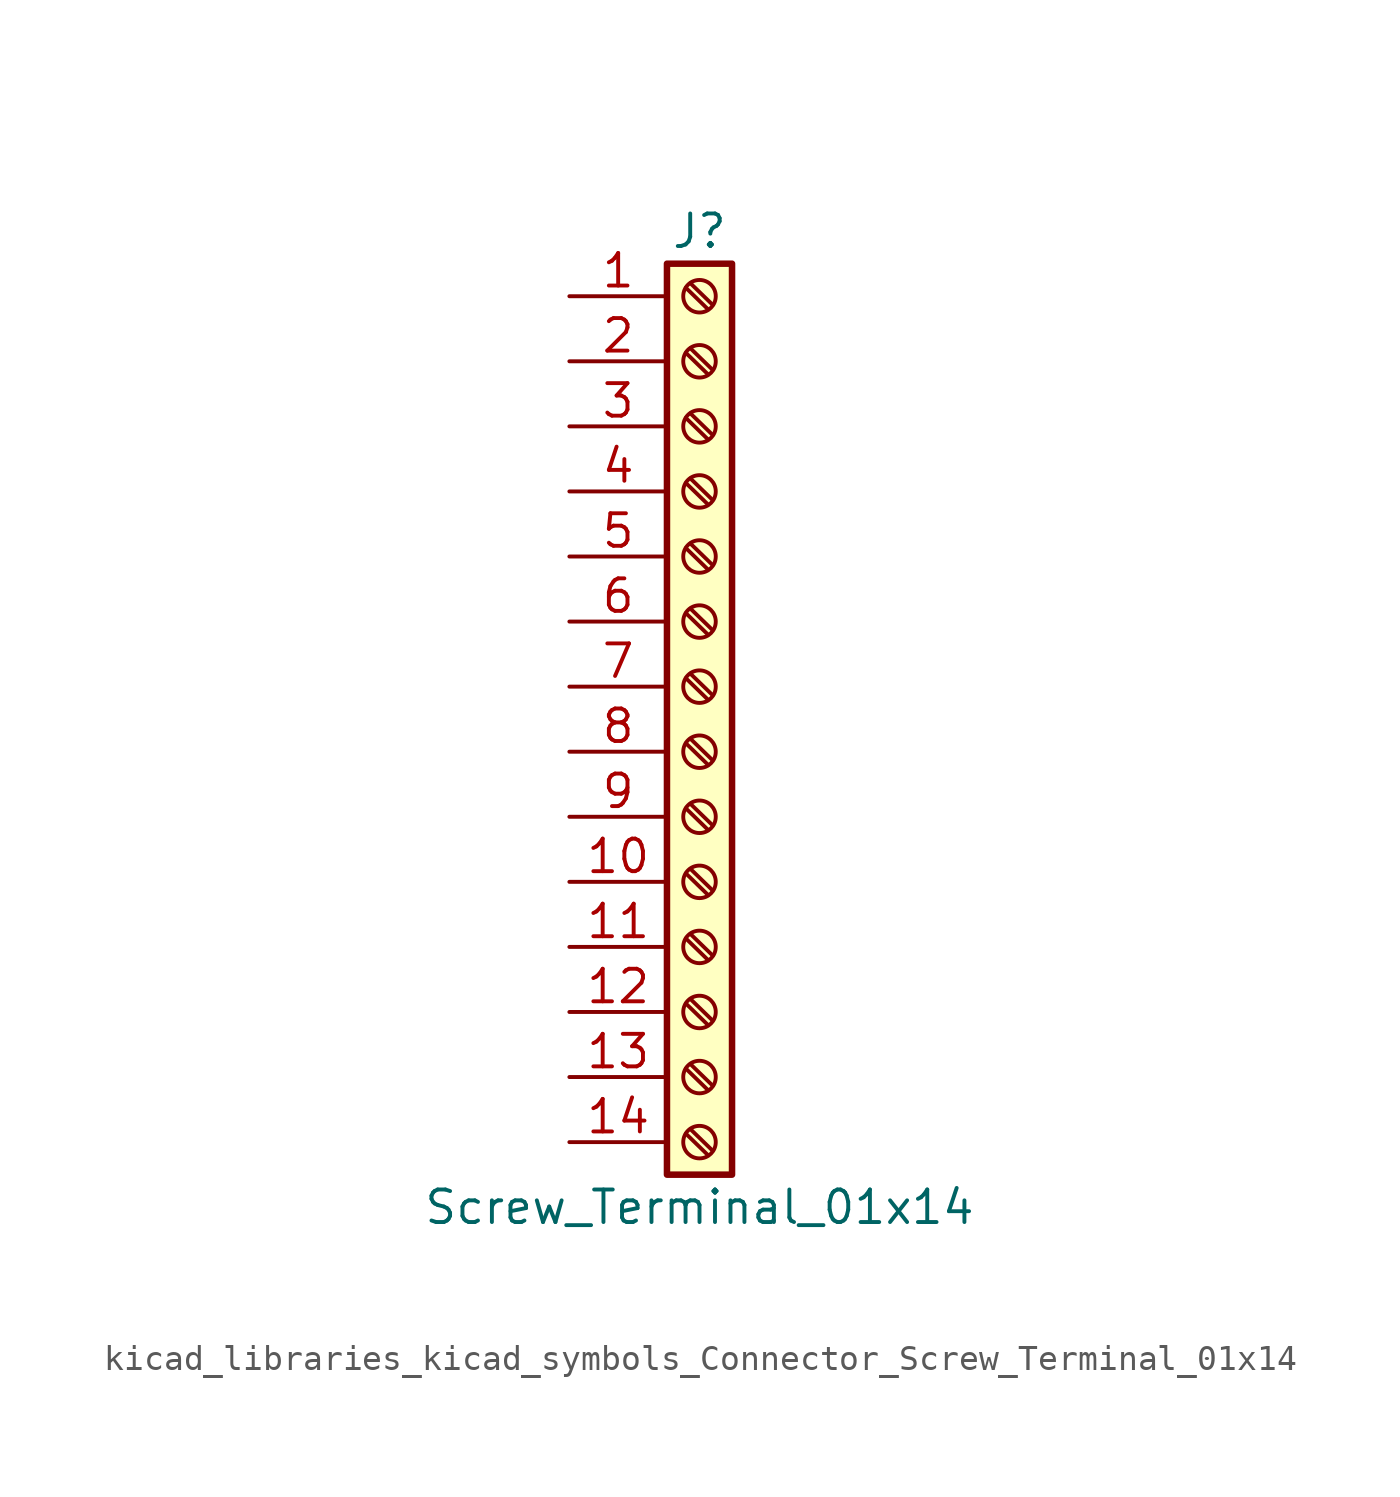
<source format=kicad_sym>
(kicad_symbol_lib
  (version 20220914)
  (generator kicad_symbol_editor)
  (symbol "kicad_libraries_kicad_symbols_Connector_Screw_Terminal_01x14"
    (pin_names
      (offset 1.016) hide)
    (property "Reference" "J"
      (at 0 17.78 0)
      (effects (font (size 1.27 1.27))))
    (property "Value" "Screw_Terminal_01x14"
      (at 0 -20.32 0)
      (effects (font (size 1.27 1.27))))
    (symbol "kicad_libraries_kicad_symbols_Connector_Screw_Terminal_01x14_1_1"
      (rectangle (start -1.27 16.51) (end 1.27 -19.05) (stroke (width 0.254) (type default)) (fill (type background)))
      (circle (center 0 -17.78) (radius 0.635) (stroke (width 0.152) (type default)) (fill (type none)))
      (circle (center 0 -15.24) (radius 0.635) (stroke (width 0.152) (type default)) (fill (type none)))
      (circle (center 0 -12.7) (radius 0.635) (stroke (width 0.152) (type default)) (fill (type none)))
      (circle (center 0 -10.16) (radius 0.635) (stroke (width 0.152) (type default)) (fill (type none)))
      (circle (center 0 -7.62) (radius 0.635) (stroke (width 0.152) (type default)) (fill (type none)))
      (circle (center 0 -5.08) (radius 0.635) (stroke (width 0.152) (type default)) (fill (type none)))
      (circle (center 0 -2.54) (radius 0.635) (stroke (width 0.152) (type default)) (fill (type none)))
      (polyline (pts (xy -0.533 -17.45) (xy 0.33 -18.288)) (stroke (width 0.152) (type default)) (fill (type none)))
      (polyline (pts (xy -0.533 -14.91) (xy 0.33 -15.748)) (stroke (width 0.152) (type default)) (fill (type none)))
      (polyline (pts (xy -0.533 -12.37) (xy 0.33 -13.208)) (stroke (width 0.152) (type default)) (fill (type none)))
      (polyline (pts (xy -0.533 -9.83) (xy 0.33 -10.668)) (stroke (width 0.152) (type default)) (fill (type none)))
      (polyline (pts (xy -0.533 -7.29) (xy 0.33 -8.128)) (stroke (width 0.152) (type default)) (fill (type none)))
      (polyline (pts (xy -0.533 -4.75) (xy 0.33 -5.588)) (stroke (width 0.152) (type default)) (fill (type none)))
      (polyline (pts (xy -0.533 -2.21) (xy 0.33 -3.048)) (stroke (width 0.152) (type default)) (fill (type none)))
      (polyline (pts (xy -0.533 0.33) (xy 0.33 -0.508)) (stroke (width 0.152) (type default)) (fill (type none)))
      (polyline (pts (xy -0.533 2.87) (xy 0.33 2.032)) (stroke (width 0.152) (type default)) (fill (type none)))
      (polyline (pts (xy -0.533 5.41) (xy 0.33 4.572)) (stroke (width 0.152) (type default)) (fill (type none)))
      (polyline (pts (xy -0.533 7.95) (xy 0.33 7.112)) (stroke (width 0.152) (type default)) (fill (type none)))
      (polyline (pts (xy -0.533 10.49) (xy 0.33 9.652)) (stroke (width 0.152) (type default)) (fill (type none)))
      (polyline (pts (xy -0.533 13.03) (xy 0.33 12.192)) (stroke (width 0.152) (type default)) (fill (type none)))
      (polyline (pts (xy -0.533 15.57) (xy 0.33 14.732)) (stroke (width 0.152) (type default)) (fill (type none)))
      (polyline (pts (xy -0.356 -17.272) (xy 0.508 -18.11)) (stroke (width 0.152) (type default)) (fill (type none)))
      (polyline (pts (xy -0.356 -14.732) (xy 0.508 -15.57)) (stroke (width 0.152) (type default)) (fill (type none)))
      (polyline (pts (xy -0.356 -12.192) (xy 0.508 -13.03)) (stroke (width 0.152) (type default)) (fill (type none)))
      (polyline (pts (xy -0.356 -9.652) (xy 0.508 -10.49)) (stroke (width 0.152) (type default)) (fill (type none)))
      (polyline (pts (xy -0.356 -7.112) (xy 0.508 -7.95)) (stroke (width 0.152) (type default)) (fill (type none)))
      (polyline (pts (xy -0.356 -4.572) (xy 0.508 -5.41)) (stroke (width 0.152) (type default)) (fill (type none)))
      (polyline (pts (xy -0.356 -2.032) (xy 0.508 -2.87)) (stroke (width 0.152) (type default)) (fill (type none)))
      (polyline (pts (xy -0.356 0.508) (xy 0.508 -0.33)) (stroke (width 0.152) (type default)) (fill (type none)))
      (polyline (pts (xy -0.356 3.048) (xy 0.508 2.21)) (stroke (width 0.152) (type default)) (fill (type none)))
      (polyline (pts (xy -0.356 5.588) (xy 0.508 4.75)) (stroke (width 0.152) (type default)) (fill (type none)))
      (polyline (pts (xy -0.356 8.128) (xy 0.508 7.29)) (stroke (width 0.152) (type default)) (fill (type none)))
      (polyline (pts (xy -0.356 10.668) (xy 0.508 9.83)) (stroke (width 0.152) (type default)) (fill (type none)))
      (polyline (pts (xy -0.356 13.208) (xy 0.508 12.37)) (stroke (width 0.152) (type default)) (fill (type none)))
      (polyline (pts (xy -0.356 15.748) (xy 0.508 14.91)) (stroke (width 0.152) (type default)) (fill (type none)))
      (circle (center 0 0) (radius 0.635) (stroke (width 0.152) (type default)) (fill (type none)))
      (circle (center 0 2.54) (radius 0.635) (stroke (width 0.152) (type default)) (fill (type none)))
      (circle (center 0 5.08) (radius 0.635) (stroke (width 0.152) (type default)) (fill (type none)))
      (circle (center 0 7.62) (radius 0.635) (stroke (width 0.152) (type default)) (fill (type none)))
      (circle (center 0 10.16) (radius 0.635) (stroke (width 0.152) (type default)) (fill (type none)))
      (circle (center 0 12.7) (radius 0.635) (stroke (width 0.152) (type default)) (fill (type none)))
      (circle (center 0 15.24) (radius 0.635) (stroke (width 0.152) (type default)) (fill (type none)))
      (pin passive line (at -5.08 15.24 0) (length 3.81) (name "Pin_1" (effects (font (size 1.27 1.27)))) (number "1" (effects (font (size 1.27 1.27)))))
      (pin passive line (at -5.08 -7.62 0) (length 3.81) (name "Pin_10" (effects (font (size 1.27 1.27)))) (number "10" (effects (font (size 1.27 1.27)))))
      (pin passive line (at -5.08 -10.16 0) (length 3.81) (name "Pin_11" (effects (font (size 1.27 1.27)))) (number "11" (effects (font (size 1.27 1.27)))))
      (pin passive line (at -5.08 -12.7 0) (length 3.81) (name "Pin_12" (effects (font (size 1.27 1.27)))) (number "12" (effects (font (size 1.27 1.27)))))
      (pin passive line (at -5.08 -15.24 0) (length 3.81) (name "Pin_13" (effects (font (size 1.27 1.27)))) (number "13" (effects (font (size 1.27 1.27)))))
      (pin passive line (at -5.08 -17.78 0) (length 3.81) (name "Pin_14" (effects (font (size 1.27 1.27)))) (number "14" (effects (font (size 1.27 1.27)))))
      (pin passive line (at -5.08 12.7 0) (length 3.81) (name "Pin_2" (effects (font (size 1.27 1.27)))) (number "2" (effects (font (size 1.27 1.27)))))
      (pin passive line (at -5.08 10.16 0) (length 3.81) (name "Pin_3" (effects (font (size 1.27 1.27)))) (number "3" (effects (font (size 1.27 1.27)))))
      (pin passive line (at -5.08 7.62 0) (length 3.81) (name "Pin_4" (effects (font (size 1.27 1.27)))) (number "4" (effects (font (size 1.27 1.27)))))
      (pin passive line (at -5.08 5.08 0) (length 3.81) (name "Pin_5" (effects (font (size 1.27 1.27)))) (number "5" (effects (font (size 1.27 1.27)))))
      (pin passive line (at -5.08 2.54 0) (length 3.81) (name "Pin_6" (effects (font (size 1.27 1.27)))) (number "6" (effects (font (size 1.27 1.27)))))
      (pin passive line (at -5.08 0 0) (length 3.81) (name "Pin_7" (effects (font (size 1.27 1.27)))) (number "7" (effects (font (size 1.27 1.27)))))
      (pin passive line (at -5.08 -2.54 0) (length 3.81) (name "Pin_8" (effects (font (size 1.27 1.27)))) (number "8" (effects (font (size 1.27 1.27)))))
      (pin passive line (at -5.08 -5.08 0) (length 3.81) (name "Pin_9" (effects (font (size 1.27 1.27)))) (number "9" (effects (font (size 1.27 1.27))))))))
</source>
